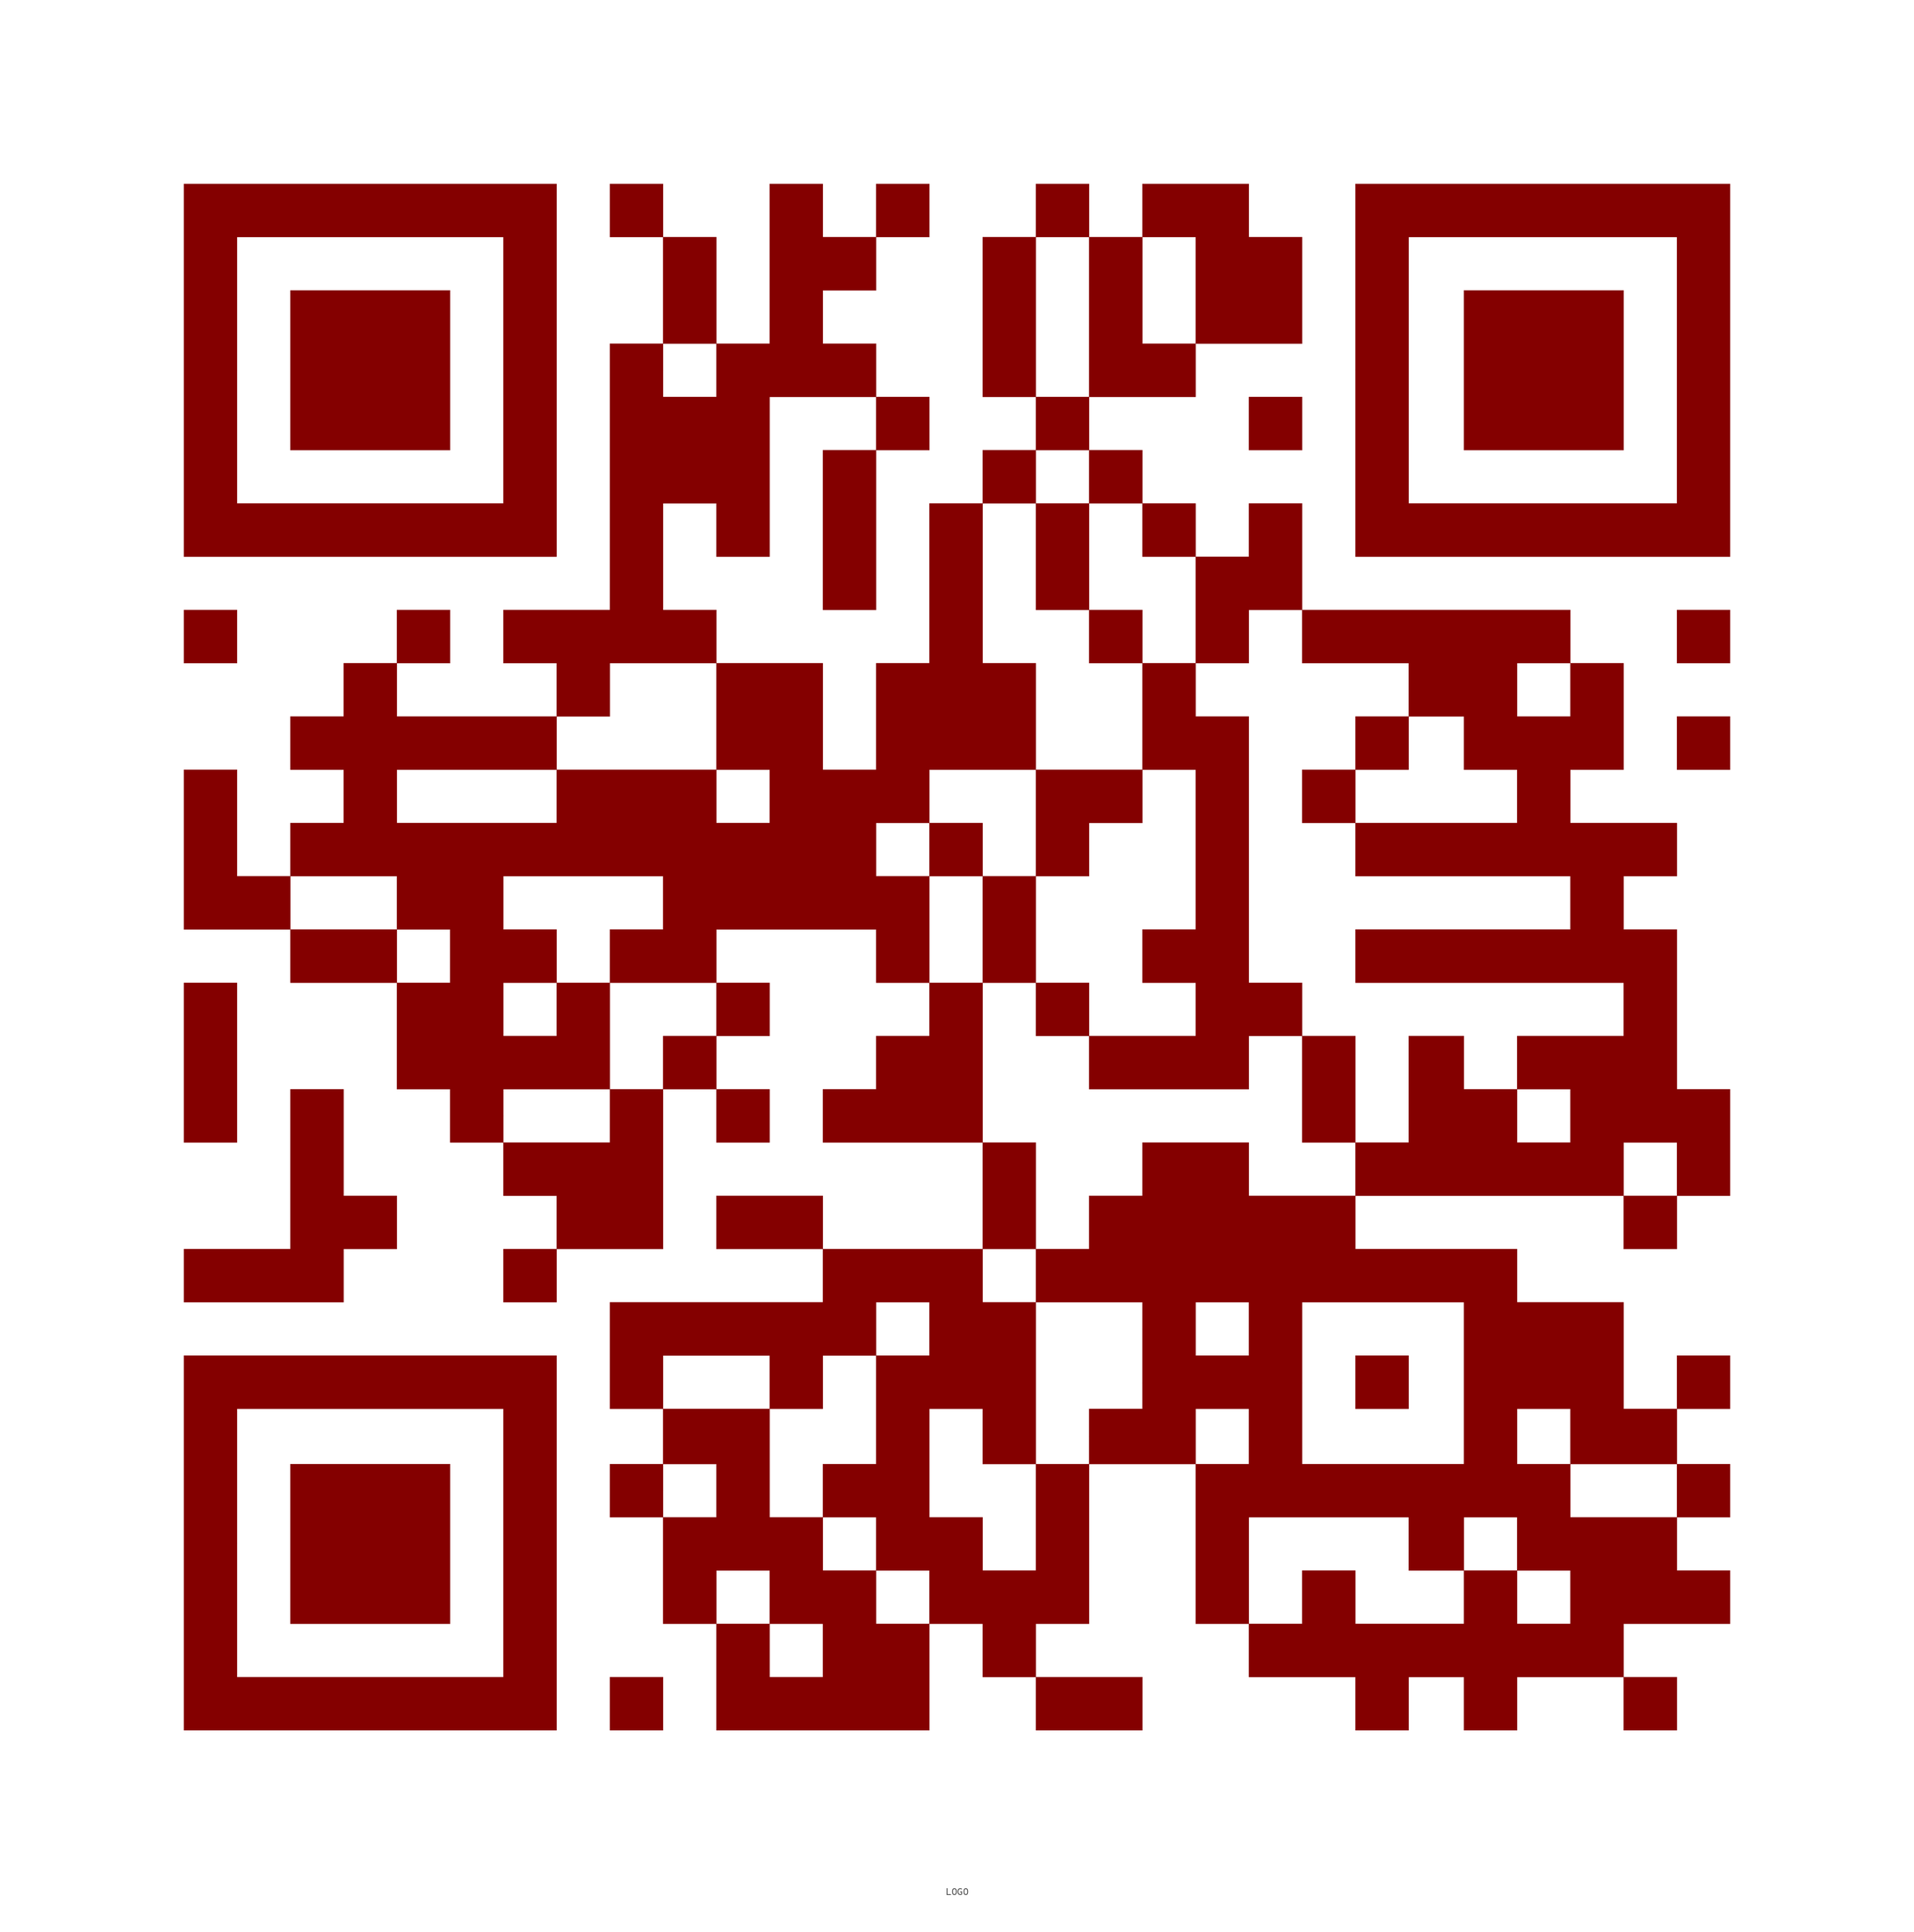
<source format=kicad_sym>
(kicad_symbol_lib
  (version 20220914)
  (generator "bitmap2component")
  (generator_version "9.0")
  (symbol "LOGO"
    (pin_names
      (offset 1.016))
    (property "Reference" "#G"
      (at 0 134.471 0)
      (effects (font (size 1.27 1.27)) hide))
    (symbol "LOGO_0_0"
      (polyline (pts (xy -54.853 -80.253) (xy -54.853 -54.583) (xy -80.388 -54.583) (xy -105.924 -54.583) (xy -105.924 -80.253) (xy -98.628 -80.253) (xy -98.628 -61.879) (xy -80.388 -61.879) (xy -62.149 -61.879) (xy -62.149 -80.253) (xy -62.149 -98.628) (xy -80.388 -98.628) (xy -98.628 -98.628) (xy -98.628 -80.253) (xy -105.924 -80.253) (xy -105.924 -105.923) (xy -80.388 -105.923) (xy -54.853 -105.923) (xy -54.853 -80.253)) (stroke (width 0.01) (type default)) (fill (type outline)))
      (polyline (pts (xy -40.262 -102.275) (xy -40.262 -98.628) (xy -43.91 -98.628) (xy -47.557 -98.628) (xy -47.557 -102.275) (xy -47.557 -105.923) (xy -43.91 -105.923) (xy -40.262 -105.923) (xy -40.262 -102.275)) (stroke (width 0.01) (type default)) (fill (type outline)))
      (polyline (pts (xy -3.783 -98.628) (xy -3.783 -91.332) (xy -0.135 -91.332) (xy 3.513 -91.332) (xy 3.513 -94.98) (xy 3.513 -98.628) (xy 7.161 -98.628) (xy 10.808 -98.628) (xy 10.808 -102.275) (xy 10.808 -105.923) (xy 18.104 -105.923) (xy 25.4 -105.923) (xy 25.4 -102.275) (xy 25.4 -98.628) (xy 18.104 -98.628) (xy 10.808 -98.628) (xy 10.808 -94.98) (xy 10.808 -91.332) (xy 14.456 -91.332) (xy 18.104 -91.332) (xy 18.104 -80.388) (xy 18.104 -69.445) (xy 25.4 -69.445) (xy 32.696 -69.445) (xy 32.696 -80.388) (xy 32.696 -84.036) (xy 39.991 -84.036) (xy 39.991 -76.74) (xy 50.935 -76.74) (xy 61.879 -76.74) (xy 61.879 -80.388) (xy 61.879 -84.036) (xy 65.662 -84.036) (xy 69.445 -84.036) (xy 69.445 -80.388) (xy 69.445 -76.74) (xy 73.093 -76.74) (xy 76.74 -76.74) (xy 76.74 -80.388) (xy 76.74 -84.036) (xy 80.388 -84.036) (xy 84.036 -84.036) (xy 84.036 -87.684) (xy 84.036 -91.332) (xy 80.388 -91.332) (xy 76.74 -91.332) (xy 76.74 -87.684) (xy 76.74 -84.036) (xy 73.093 -84.036) (xy 69.445 -84.036) (xy 69.445 -87.684) (xy 69.445 -91.332) (xy 62.014 -91.332) (xy 54.583 -91.332) (xy 54.583 -87.684) (xy 54.583 -84.036) (xy 50.935 -84.036) (xy 47.287 -84.036) (xy 47.287 -87.684) (xy 47.287 -91.332) (xy 43.639 -91.332) (xy 39.991 -91.332) (xy 39.991 -84.036) (xy 32.696 -84.036) (xy 32.696 -91.332) (xy 36.344 -91.332) (xy 39.991 -91.332) (xy 39.991 -94.98) (xy 39.991 -98.628) (xy 47.287 -98.628) (xy 54.583 -98.628) (xy 54.583 -102.275) (xy 54.583 -105.923) (xy 58.231 -105.923) (xy 61.879 -105.923) (xy 61.879 -102.275) (xy 61.879 -98.628) (xy 65.662 -98.628) (xy 69.445 -98.628) (xy 69.445 -102.275) (xy 69.445 -105.923) (xy 73.093 -105.923) (xy 76.74 -105.923) (xy 76.74 -102.275) (xy 76.74 -98.628) (xy 84.036 -98.628) (xy 91.332 -98.628) (xy 91.332 -102.275) (xy 91.332 -105.923) (xy 94.98 -105.923) (xy 98.628 -105.923) (xy 98.628 -102.275) (xy 98.628 -98.628) (xy 94.98 -98.628) (xy 91.332 -98.628) (xy 91.332 -94.98) (xy 91.332 -91.332) (xy 98.628 -91.332) (xy 105.923 -91.332) (xy 105.923 -87.684) (xy 105.923 -84.036) (xy 102.275 -84.036) (xy 98.628 -84.036) (xy 98.628 -80.388) (xy 98.628 -76.74) (xy 91.332 -76.74) (xy 84.036 -76.74) (xy 84.036 -73.093) (xy 84.036 -69.445) (xy 80.388 -69.445) (xy 76.74 -69.445) (xy 76.74 -65.662) (xy 76.74 -61.879) (xy 80.388 -61.879) (xy 84.036 -61.879) (xy 84.036 -65.662) (xy 84.036 -69.445) (xy 91.332 -69.445) (xy 98.628 -69.445) (xy 98.628 -73.093) (xy 98.628 -76.74) (xy 102.275 -76.74) (xy 105.923 -76.74) (xy 105.923 -73.093) (xy 105.923 -69.445) (xy 102.275 -69.445) (xy 98.628 -69.445) (xy 98.628 -65.662) (xy 98.628 -61.879) (xy 94.98 -61.879) (xy 91.332 -61.879) (xy 91.332 -54.583) (xy 91.332 -47.287) (xy 84.036 -47.287) (xy 76.74 -47.287) (xy 76.74 -43.639) (xy 76.74 -39.991) (xy 65.662 -39.991) (xy 54.583 -39.991) (xy 54.583 -36.344) (xy 54.583 -32.696) (xy 72.957 -32.696) (xy 91.332 -32.696) (xy 91.332 -36.344) (xy 91.332 -39.991) (xy 94.98 -39.991) (xy 98.628 -39.991) (xy 98.628 -36.344) (xy 98.628 -32.696) (xy 94.98 -32.696) (xy 91.332 -32.696) (xy 91.332 -29.048) (xy 91.332 -25.4) (xy 94.98 -25.4) (xy 98.628 -25.4) (xy 98.628 -29.048) (xy 98.628 -32.696) (xy 102.275 -32.696) (xy 105.923 -32.696) (xy 105.923 -25.4) (xy 105.923 -18.104) (xy 102.275 -18.104) (xy 98.628 -18.104) (xy 98.628 -7.161) (xy 98.628 3.783) (xy 94.98 3.783) (xy 91.332 3.783) (xy 91.332 7.431) (xy 91.332 11.079) (xy 94.98 11.079) (xy 98.628 11.079) (xy 98.628 14.727) (xy 98.628 18.375) (xy 91.332 18.375) (xy 84.036 18.375) (xy 84.036 22.022) (xy 84.036 25.67) (xy 87.684 25.67) (xy 91.332 25.67) (xy 91.332 32.966) (xy 91.332 40.262) (xy 87.684 40.262) (xy 84.036 40.262) (xy 84.036 43.91) (xy 84.036 47.557) (xy 65.662 47.557) (xy 47.287 47.557) (xy 47.287 54.853) (xy 47.287 62.149) (xy 43.639 62.149) (xy 39.991 62.149) (xy 39.991 58.501) (xy 39.991 54.853) (xy 36.344 54.853) (xy 32.696 54.853) (xy 32.696 58.501) (xy 32.696 62.149) (xy 29.048 62.149) (xy 25.4 62.149) (xy 25.4 65.797) (xy 25.4 69.445) (xy 21.752 69.445) (xy 18.104 69.445) (xy 18.104 73.093) (xy 18.104 76.74) (xy 14.456 76.74) (xy 10.808 76.74) (xy 10.808 87.684) (xy 10.808 98.628) (xy 14.456 98.628) (xy 18.104 98.628) (xy 18.104 87.684) (xy 18.104 76.74) (xy 25.4 76.74) (xy 32.696 76.74) (xy 32.696 80.388) (xy 32.696 84.036) (xy 29.048 84.036) (xy 25.4 84.036) (xy 25.4 91.332) (xy 25.4 98.628) (xy 29.048 98.628) (xy 32.696 98.628) (xy 32.696 91.332) (xy 32.696 84.036) (xy 39.991 84.036) (xy 47.287 84.036) (xy 47.287 91.332) (xy 47.287 98.628) (xy 43.639 98.628) (xy 39.991 98.628) (xy 39.991 102.276) (xy 39.991 105.924) (xy 32.696 105.924) (xy 25.4 105.924) (xy 25.4 102.276) (xy 25.4 98.628) (xy 21.752 98.628) (xy 18.104 98.628) (xy 18.104 102.276) (xy 18.104 105.924) (xy 14.456 105.924) (xy 10.808 105.924) (xy 10.808 102.276) (xy 10.808 98.628) (xy 7.161 98.628) (xy 3.513 98.628) (xy 3.513 87.684) (xy 3.513 76.74) (xy 7.161 76.74) (xy 10.808 76.74) (xy 10.808 73.093) (xy 10.808 69.445) (xy 7.161 69.445) (xy 3.513 69.445) (xy 3.513 65.797) (xy 3.513 62.149) (xy 7.161 62.149) (xy 10.808 62.149) (xy 10.808 65.797) (xy 10.808 69.445) (xy 14.456 69.445) (xy 18.104 69.445) (xy 18.104 65.797) (xy 18.104 62.149) (xy 21.752 62.149) (xy 25.4 62.149) (xy 25.4 58.501) (xy 25.4 54.853) (xy 29.048 54.853) (xy 32.696 54.853) (xy 32.696 47.557) (xy 32.696 40.262) (xy 36.344 40.262) (xy 39.991 40.262) (xy 39.991 43.91) (xy 39.991 47.557) (xy 43.639 47.557) (xy 47.287 47.557) (xy 47.287 43.91) (xy 47.287 40.262) (xy 54.583 40.262) (xy 61.879 40.262) (xy 61.879 36.614) (xy 76.74 36.614) (xy 76.74 40.262) (xy 80.388 40.262) (xy 84.036 40.262) (xy 84.036 36.614) (xy 84.036 32.966) (xy 80.388 32.966) (xy 76.74 32.966) (xy 76.74 36.614) (xy 61.879 36.614) (xy 61.879 32.966) (xy 65.662 32.966) (xy 69.445 32.966) (xy 69.445 29.318) (xy 69.445 25.67) (xy 73.093 25.67) (xy 76.74 25.67) (xy 76.74 22.022) (xy 76.74 18.375) (xy 65.662 18.375) (xy 54.583 18.375) (xy 54.583 14.727) (xy 54.583 11.079) (xy 69.309 11.079) (xy 84.036 11.079) (xy 84.036 7.431) (xy 84.036 3.783) (xy 69.309 3.783) (xy 54.583 3.783) (xy 54.583 0.135) (xy 54.583 -3.513) (xy 72.957 -3.513) (xy 91.332 -3.513) (xy 91.332 -7.161) (xy 91.332 -10.808) (xy 84.036 -10.808) (xy 76.74 -10.808) (xy 76.74 -14.456) (xy 76.74 -18.104) (xy 80.388 -18.104) (xy 84.036 -18.104) (xy 84.036 -21.752) (xy 84.036 -25.4) (xy 80.388 -25.4) (xy 76.74 -25.4) (xy 76.74 -21.752) (xy 76.74 -18.104) (xy 73.093 -18.104) (xy 69.445 -18.104) (xy 69.445 -14.456) (xy 69.445 -10.808) (xy 65.662 -10.808) (xy 61.879 -10.808) (xy 61.879 -18.104) (xy 61.879 -25.4) (xy 58.231 -25.4) (xy 54.583 -25.4) (xy 54.583 -29.048) (xy 54.583 -32.696) (xy 47.287 -32.696) (xy 39.991 -32.696) (xy 39.991 -29.048) (xy 39.991 -25.4) (xy 32.696 -25.4) (xy 25.4 -25.4) (xy 25.4 -29.048) (xy 25.4 -32.696) (xy 21.752 -32.696) (xy 18.104 -32.696) (xy 18.104 -36.344) (xy 18.104 -39.991) (xy 14.456 -39.991) (xy 10.808 -39.991) (xy 10.808 -32.696) (xy 10.808 -25.4) (xy 7.161 -25.4) (xy 3.513 -25.4) (xy 3.513 -14.456) (xy 3.513 -3.513) (xy -0.135 -3.513) (xy -3.783 -3.513) (xy -3.783 3.783) (xy -3.783 11.079) (xy -7.431 11.079) (xy -11.079 11.079) (xy -11.079 14.727) (xy -11.079 18.375) (xy -7.431 18.375) (xy -3.783 18.375) (xy -3.783 22.022) (xy -3.783 25.67) (xy 3.513 25.67) (xy 10.808 25.67) (xy 10.808 32.966) (xy 10.808 40.262) (xy 7.161 40.262) (xy 3.513 40.262) (xy 3.513 51.205) (xy 3.513 62.149) (xy -0.135 62.149) (xy -3.783 62.149) (xy -3.783 51.205) (xy -3.783 40.262) (xy -7.431 40.262) (xy -11.079 40.262) (xy -11.079 32.966) (xy -11.079 25.67) (xy -14.727 25.67) (xy -18.375 25.67) (xy -18.375 32.966) (xy -18.375 40.262) (xy -25.67 40.262) (xy -32.966 40.262) (xy -32.966 43.91) (xy -32.966 47.557) (xy -36.614 47.557) (xy -40.262 47.557) (xy -40.262 54.853) (xy -40.262 62.149) (xy -36.614 62.149) (xy -32.966 62.149) (xy -32.966 58.501) (xy -32.966 54.853) (xy -29.318 54.853) (xy -25.67 54.853) (xy -25.67 65.797) (xy -25.67 76.74) (xy -18.375 76.74) (xy -11.079 76.74) (xy -11.079 73.093) (xy -11.079 69.445) (xy -7.431 69.445) (xy -3.783 69.445) (xy -3.783 73.093) (xy -3.783 76.74) (xy -7.431 76.74) (xy -11.079 76.74) (xy -11.079 80.388) (xy -11.079 84.036) (xy -14.727 84.036) (xy -18.375 84.036) (xy -18.375 87.684) (xy -18.375 91.332) (xy -14.727 91.332) (xy -11.079 91.332) (xy -11.079 94.98) (xy -11.079 98.628) (xy -14.727 98.628) (xy -18.375 98.628) (xy -18.375 102.276) (xy -18.375 105.924) (xy -22.022 105.924) (xy -25.67 105.924) (xy -25.67 94.98) (xy -25.67 84.036) (xy -29.318 84.036) (xy -32.966 84.036) (xy -32.966 91.332) (xy -32.966 98.628) (xy -36.614 98.628) (xy -40.262 98.628) (xy -40.262 102.276) (xy -40.262 105.924) (xy -43.91 105.924) (xy -47.557 105.924) (xy -47.557 102.276) (xy -47.557 98.628) (xy -43.91 98.628) (xy -40.262 98.628) (xy -40.262 91.332) (xy -40.262 84.036) (xy -43.91 84.036) (xy -47.557 84.036) (xy -47.557 80.388) (xy -40.262 80.388) (xy -40.262 84.036) (xy -36.614 84.036) (xy -32.966 84.036) (xy -32.966 80.388) (xy -32.966 76.74) (xy -36.614 76.74) (xy -40.262 76.74) (xy -40.262 80.388) (xy -47.557 80.388) (xy -47.557 65.797) (xy -47.557 47.557) (xy -54.853 47.557) (xy -62.149 47.557) (xy -62.149 43.91) (xy -62.149 40.262) (xy -58.501 40.262) (xy -54.853 40.262) (xy -54.853 36.614) (xy -54.853 32.966) (xy -51.205 32.966) (xy -47.557 32.966) (xy -47.557 36.614) (xy -47.557 40.262) (xy -40.262 40.262) (xy -32.966 40.262) (xy -32.966 32.966) (xy -32.966 25.67) (xy -29.318 25.67) (xy -25.67 25.67) (xy -25.67 22.022) (xy -25.67 18.375) (xy -29.318 18.375) (xy -32.966 18.375) (xy -32.966 22.022) (xy -32.966 25.67) (xy -43.91 25.67) (xy -54.853 25.67) (xy -54.853 22.022) (xy -54.853 18.375) (xy -65.797 18.375) (xy -76.74 18.375) (xy -76.74 22.022) (xy -76.74 25.67) (xy -65.797 25.67) (xy -54.853 25.67) (xy -54.853 29.318) (xy -54.853 32.966) (xy -65.797 32.966) (xy -76.74 32.966) (xy -76.74 36.614) (xy -76.74 40.262) (xy -80.388 40.262) (xy -84.036 40.262) (xy -84.036 36.614) (xy -84.036 32.966) (xy -87.684 32.966) (xy -91.332 32.966) (xy -91.332 29.318) (xy -91.332 25.67) (xy -87.684 25.67) (xy -84.036 25.67) (xy -84.036 22.022) (xy -84.036 18.375) (xy -87.684 18.375) (xy -91.332 18.375) (xy -91.332 14.727) (xy -91.332 11.079) (xy -94.98 11.079) (xy -98.628 11.079) (xy -98.628 18.375) (xy -98.628 25.67) (xy -102.276 25.67) (xy -105.924 25.67) (xy -105.924 14.727) (xy -105.924 3.783) (xy -98.628 3.783) (xy -91.332 3.783) (xy -91.332 7.431) (xy -91.332 11.079) (xy -84.036 11.079) (xy -76.74 11.079) (xy -76.74 7.431) (xy -76.74 3.783) (xy -73.093 3.783) (xy -69.445 3.783) (xy -69.445 0.135) (xy -69.445 -3.513) (xy -73.093 -3.513) (xy -76.74 -3.513) (xy -76.74 0.135) (xy -76.74 3.783) (xy -84.036 3.783) (xy -91.332 3.783) (xy -91.332 0.135) (xy -91.332 -3.513) (xy -84.036 -3.513) (xy -76.74 -3.513) (xy -76.74 -10.808) (xy -76.74 -18.104) (xy -73.093 -18.104) (xy -69.445 -18.104) (xy -69.445 -21.752) (xy -62.149 -21.752) (xy -62.149 -18.104) (xy -54.853 -18.104) (xy -47.557 -18.104) (xy -47.557 -21.752) (xy -47.557 -25.4) (xy -54.853 -25.4) (xy -62.149 -25.4) (xy -62.149 -21.752) (xy -69.445 -21.752) (xy -69.445 -25.4) (xy -65.797 -25.4) (xy -62.149 -25.4) (xy -62.149 -29.048) (xy -62.149 -32.696) (xy -58.501 -32.696) (xy -54.853 -32.696) (xy -54.853 -36.344) (xy -54.853 -39.991) (xy -47.557 -39.991) (xy -40.262 -39.991) (xy -40.262 -29.048) (xy -40.262 -18.104) (xy -36.614 -18.104) (xy -32.966 -18.104) (xy -32.966 -21.752) (xy -32.966 -25.4) (xy -29.318 -25.4) (xy -25.67 -25.4) (xy -25.67 -21.752) (xy -25.67 -18.104) (xy -29.318 -18.104) (xy -32.966 -18.104) (xy -32.966 -14.456) (xy -32.966 -10.808) (xy -36.614 -10.808) (xy -40.262 -10.808) (xy -40.262 -14.456) (xy -40.262 -18.104) (xy -43.91 -18.104) (xy -47.557 -18.104) (xy -47.557 -10.808) (xy -47.557 -3.513) (xy -51.205 -3.513) (xy -54.853 -3.513) (xy -54.853 -7.161) (xy -54.853 -10.808) (xy -58.501 -10.808) (xy -62.149 -10.808) (xy -62.149 -7.161) (xy -62.149 -3.513) (xy -58.501 -3.513) (xy -54.853 -3.513) (xy -54.853 0.135) (xy -54.853 3.783) (xy -58.501 3.783) (xy -62.149 3.783) (xy -62.149 7.431) (xy -62.149 11.079) (xy -51.205 11.079) (xy -40.262 11.079) (xy -40.262 7.431) (xy -40.262 3.783) (xy -43.91 3.783) (xy -47.557 3.783) (xy -47.557 0.135) (xy -47.557 -3.513) (xy -40.262 -3.513) (xy -32.966 -3.513) (xy -32.966 -7.161) (xy -32.966 -10.808) (xy -29.318 -10.808) (xy -25.67 -10.808) (xy -25.67 -7.161) (xy -25.67 -3.513) (xy -29.318 -3.513) (xy -32.966 -3.513) (xy -32.966 0.135) (xy -32.966 3.783) (xy -22.022 3.783) (xy -11.079 3.783) (xy -11.079 0.135) (xy -11.079 -3.513) (xy -7.431 -3.513) (xy -3.783 -3.513) (xy -3.783 -7.161) (xy -3.783 -10.808) (xy -7.431 -10.808) (xy -11.079 -10.808) (xy -11.079 -14.456) (xy -11.079 -18.104) (xy -14.727 -18.104) (xy -18.375 -18.104) (xy -18.375 -21.752) (xy -18.375 -25.4) (xy -7.431 -25.4) (xy 3.513 -25.4) (xy 3.513 -32.696) (xy 3.513 -39.991) (xy -7.431 -39.991) (xy -18.375 -39.991) (xy -18.375 -36.344) (xy -18.375 -32.696) (xy -25.67 -32.696) (xy -32.966 -32.696) (xy -32.966 -36.344) (xy -32.966 -39.991) (xy -25.67 -39.991) (xy -18.375 -39.991) (xy -18.375 -43.639) (xy -18.375 -47.287) (xy -32.966 -47.287) (xy -47.557 -47.287) (xy -47.557 -50.935) (xy -11.079 -50.935) (xy -11.079 -47.287) (xy -7.431 -47.287) (xy -3.783 -47.287) (xy 3.513 -47.287) (xy 3.513 -43.639) (xy 3.513 -39.991) (xy 7.161 -39.991) (xy 10.808 -39.991) (xy 10.808 -43.639) (xy 10.808 -47.287) (xy 18.104 -47.287) (xy 25.4 -47.287) (xy 25.4 -50.935) (xy 32.696 -50.935) (xy 32.696 -47.287) (xy 36.344 -47.287) (xy 39.991 -47.287) (xy 39.991 -50.935) (xy 39.991 -54.583) (xy 36.344 -54.583) (xy 32.696 -54.583) (xy 32.696 -50.935) (xy 25.4 -50.935) (xy 25.4 -54.583) (xy 25.4 -58.366) (xy 47.287 -58.366) (xy 47.287 -47.287) (xy 58.366 -47.287) (xy 69.445 -47.287) (xy 69.445 -58.366) (xy 69.445 -69.445) (xy 58.366 -69.445) (xy 47.287 -69.445) (xy 47.287 -58.366) (xy 25.4 -58.366) (xy 25.4 -61.879) (xy 21.752 -61.879) (xy 18.104 -61.879) (xy 18.104 -65.662) (xy 32.696 -65.662) (xy 32.696 -61.879) (xy 36.344 -61.879) (xy 39.991 -61.879) (xy 39.991 -65.662) (xy 39.991 -69.445) (xy 36.344 -69.445) (xy 32.696 -69.445) (xy 32.696 -65.662) (xy 18.104 -65.662) (xy 18.104 -69.445) (xy 14.456 -69.445) (xy 10.808 -69.445) (xy 10.808 -58.366) (xy 10.808 -47.287) (xy 7.161 -47.287) (xy 3.513 -47.287) (xy -3.783 -47.287) (xy -3.783 -50.935) (xy -3.783 -54.583) (xy -7.431 -54.583) (xy -11.079 -54.583) (xy -11.079 -50.935) (xy -47.557 -50.935) (xy -47.557 -54.583) (xy -47.557 -61.879) (xy -43.91 -61.879) (xy -40.262 -61.879) (xy -40.262 -58.231) (xy -40.262 -54.583) (xy -32.966 -54.583) (xy -25.67 -54.583) (xy -25.67 -58.231) (xy -25.67 -61.879) (xy -22.022 -61.879) (xy -18.375 -61.879) (xy -18.375 -58.231) (xy -18.375 -54.583) (xy -14.727 -54.583) (xy -11.079 -54.583) (xy -11.079 -62.014) (xy -11.079 -69.445) (xy -14.727 -69.445) (xy -18.375 -69.445) (xy -18.375 -73.093) (xy -18.375 -76.74) (xy -14.727 -76.74) (xy -11.079 -76.74) (xy -3.783 -76.74) (xy -3.783 -69.309) (xy -3.783 -61.879) (xy -0.135 -61.879) (xy 3.513 -61.879) (xy 3.513 -65.662) (xy 3.513 -69.445) (xy 7.161 -69.445) (xy 10.808 -69.445) (xy 10.808 -76.74) (xy 10.808 -84.036) (xy 7.161 -84.036) (xy 3.513 -84.036) (xy 3.513 -80.388) (xy 3.513 -76.74) (xy -0.135 -76.74) (xy -3.783 -76.74) (xy -11.079 -76.74) (xy -11.079 -80.388) (xy -11.079 -84.036) (xy -7.431 -84.036) (xy -3.783 -84.036) (xy -3.783 -87.684) (xy -3.783 -91.332) (xy -7.431 -91.332) (xy -11.079 -91.332) (xy -11.079 -87.684) (xy -11.079 -84.036) (xy -14.727 -84.036) (xy -18.375 -84.036) (xy -18.375 -80.388) (xy -18.375 -76.74) (xy -22.022 -76.74) (xy -25.67 -76.74) (xy -25.67 -69.309) (xy -25.67 -61.879) (xy -32.966 -61.879) (xy -40.262 -61.879) (xy -40.262 -65.662) (xy -40.262 -69.445) (xy -43.91 -69.445) (xy -47.557 -69.445) (xy -47.557 -73.093) (xy -40.262 -73.093) (xy -40.262 -69.445) (xy -36.614 -69.445) (xy -32.966 -69.445) (xy -32.966 -73.093) (xy -32.966 -76.74) (xy -36.614 -76.74) (xy -40.262 -76.74) (xy -40.262 -73.093) (xy -47.557 -73.093) (xy -47.557 -76.74) (xy -43.91 -76.74) (xy -40.262 -76.74) (xy -40.262 -84.036) (xy -40.262 -91.332) (xy -36.614 -91.332) (xy -32.966 -91.332) (xy -32.966 -87.684) (xy -32.966 -84.036) (xy -29.318 -84.036) (xy -25.67 -84.036) (xy -25.67 -87.684) (xy -25.67 -91.332) (xy -22.022 -91.332) (xy -18.375 -91.332) (xy -18.375 -94.98) (xy -18.375 -98.628) (xy -22.022 -98.628) (xy -25.67 -98.628) (xy -25.67 -94.98) (xy -25.67 -91.332) (xy -29.318 -91.332) (xy -32.966 -91.332) (xy -32.966 -98.628) (xy -32.966 -105.923) (xy -18.375 -105.923) (xy -3.783 -105.923) (xy -3.783 -98.628)) (stroke (width 0.01) (type default)) (fill (type outline)))
      (polyline (pts (xy -3.783 102.276) (xy -3.783 105.924) (xy -7.431 105.924) (xy -11.079 105.924) (xy -11.079 102.276) (xy -11.079 98.628) (xy -7.431 98.628) (xy -3.783 98.628) (xy -3.783 102.276)) (stroke (width 0.01) (type default)) (fill (type outline)))
      (polyline (pts (xy -11.079 58.501) (xy -11.079 69.445) (xy -14.727 69.445) (xy -18.375 69.445) (xy -18.375 58.501) (xy -18.375 47.557) (xy -14.727 47.557) (xy -11.079 47.557) (xy -11.079 58.501)) (stroke (width 0.01) (type default)) (fill (type outline)))
      (polyline (pts (xy -69.445 43.91) (xy -69.445 47.557) (xy -73.093 47.557) (xy -76.74 47.557) (xy -76.74 43.91) (xy -76.74 40.262) (xy -73.093 40.262) (xy -69.445 40.262) (xy -69.445 43.91)) (stroke (width 0.01) (type default)) (fill (type outline)))
      (polyline (pts (xy -54.853 -43.639) (xy -54.853 -39.991) (xy -58.501 -39.991) (xy -62.149 -39.991) (xy -62.149 -43.639) (xy -62.149 -47.287) (xy -58.501 -47.287) (xy -54.853 -47.287) (xy -54.853 -43.639)) (stroke (width 0.01) (type default)) (fill (type outline)))
      (polyline (pts (xy 105.923 -58.231) (xy 105.923 -54.583) (xy 102.275 -54.583) (xy 98.628 -54.583) (xy 98.628 -58.231) (xy 98.628 -61.879) (xy 102.275 -61.879) (xy 105.923 -61.879) (xy 105.923 -58.231)) (stroke (width 0.01) (type default)) (fill (type outline)))
      (polyline (pts (xy -84.036 -43.639) (xy -84.036 -39.991) (xy -80.388 -39.991) (xy -76.74 -39.991) (xy -76.74 -36.344) (xy -76.74 -32.696) (xy -80.388 -32.696) (xy -84.036 -32.696) (xy -84.036 -25.4) (xy -84.036 -18.104) (xy -87.684 -18.104) (xy -91.332 -18.104) (xy -91.332 -29.048) (xy -91.332 -39.991) (xy -98.628 -39.991) (xy -105.924 -39.991) (xy -105.924 -43.639) (xy -105.924 -47.287) (xy -94.98 -47.287) (xy -84.036 -47.287) (xy -84.036 -43.639)) (stroke (width 0.01) (type default)) (fill (type outline)))
      (polyline (pts (xy -98.628 -14.456) (xy -98.628 -3.513) (xy -102.276 -3.513) (xy -105.924 -3.513) (xy -105.924 -14.456) (xy -105.924 -25.4) (xy -102.276 -25.4) (xy -98.628 -25.4) (xy -98.628 -14.456)) (stroke (width 0.01) (type default)) (fill (type outline)))
      (polyline (pts (xy 105.923 29.318) (xy 105.923 32.966) (xy 102.275 32.966) (xy 98.628 32.966) (xy 98.628 29.318) (xy 98.628 25.67) (xy 102.275 25.67) (xy 105.923 25.67) (xy 105.923 29.318)) (stroke (width 0.01) (type default)) (fill (type outline)))
      (polyline (pts (xy -98.628 43.91) (xy -98.628 47.557) (xy -102.276 47.557) (xy -105.924 47.557) (xy -105.924 43.91) (xy -105.924 40.262) (xy -102.276 40.262) (xy -98.628 40.262) (xy -98.628 43.91)) (stroke (width 0.01) (type default)) (fill (type outline)))
      (polyline (pts (xy 105.923 43.91) (xy 105.923 47.557) (xy 102.275 47.557) (xy 98.628 47.557) (xy 98.628 43.91) (xy 98.628 40.262) (xy 102.275 40.262) (xy 105.923 40.262) (xy 105.923 43.91)) (stroke (width 0.01) (type default)) (fill (type outline)))
      (polyline (pts (xy -54.853 80.388) (xy -54.853 105.924) (xy -80.388 105.924) (xy -105.924 105.924) (xy -105.924 80.388) (xy -98.628 80.388) (xy -98.628 98.628) (xy -80.388 98.628) (xy -62.149 98.628) (xy -62.149 80.388) (xy -62.149 62.149) (xy -80.388 62.149) (xy -98.628 62.149) (xy -98.628 80.388) (xy -105.924 80.388) (xy -105.924 54.853) (xy -80.388 54.853) (xy -54.853 54.853) (xy -54.853 80.388)) (stroke (width 0.01) (type default)) (fill (type outline)))
      (polyline (pts (xy 105.923 80.388) (xy 105.923 105.924) (xy 80.253 105.924) (xy 54.583 105.924) (xy 54.583 80.388) (xy 61.879 80.388) (xy 61.879 98.628) (xy 80.253 98.628) (xy 98.628 98.628) (xy 98.628 80.388) (xy 98.628 62.149) (xy 80.253 62.149) (xy 61.879 62.149) (xy 61.879 80.388) (xy 54.583 80.388) (xy 54.583 54.853) (xy 80.253 54.853) (xy 105.923 54.853) (xy 105.923 80.388)) (stroke (width 0.01) (type default)) (fill (type outline)))
      (polyline (pts (xy 47.287 73.093) (xy 47.287 76.74) (xy 43.639 76.74) (xy 39.991 76.74) (xy 39.991 73.093) (xy 39.991 69.445) (xy 43.639 69.445) (xy 47.287 69.445) (xy 47.287 73.093)) (stroke (width 0.01) (type default)) (fill (type outline)))
      (polyline (pts (xy -69.445 -80.388) (xy -69.445 -69.445) (xy -80.388 -69.445) (xy -91.332 -69.445) (xy -91.332 -80.388) (xy -91.332 -91.332) (xy -80.388 -91.332) (xy -69.445 -91.332) (xy -69.445 -80.388)) (stroke (width 0.01) (type default)) (fill (type outline)))
      (polyline (pts (xy 54.583 -18.104) (xy 54.583 -10.808) (xy 50.935 -10.808) (xy 47.287 -10.808) (xy 47.287 -7.161) (xy 47.287 -3.513) (xy 43.639 -3.513) (xy 39.991 -3.513) (xy 39.991 14.727) (xy 39.991 32.966) (xy 36.344 32.966) (xy 32.696 32.966) (xy 32.696 36.614) (xy 32.696 40.262) (xy 29.048 40.262) (xy 25.4 40.262) (xy 25.4 43.91) (xy 25.4 47.557) (xy 21.752 47.557) (xy 18.104 47.557) (xy 18.104 54.853) (xy 18.104 62.149) (xy 14.456 62.149) (xy 10.808 62.149) (xy 10.808 54.853) (xy 10.808 47.557) (xy 14.456 47.557) (xy 18.104 47.557) (xy 18.104 43.91) (xy 18.104 40.262) (xy 21.752 40.262) (xy 25.4 40.262) (xy 25.4 32.966) (xy 25.4 25.67) (xy 18.104 25.67) (xy 10.808 25.67) (xy 10.808 18.375) (xy 10.808 11.079) (xy 14.456 11.079) (xy 18.104 11.079) (xy 18.104 14.727) (xy 18.104 18.375) (xy 21.752 18.375) (xy 25.4 18.375) (xy 25.4 22.022) (xy 25.4 25.67) (xy 29.048 25.67) (xy 32.696 25.67) (xy 32.696 14.727) (xy 32.696 3.783) (xy 29.048 3.783) (xy 25.4 3.783) (xy 25.4 0.135) (xy 25.4 -3.513) (xy 29.048 -3.513) (xy 32.696 -3.513) (xy 32.696 -7.161) (xy 32.696 -10.808) (xy 25.4 -10.808) (xy 18.104 -10.808) (xy 18.104 -7.161) (xy 18.104 -3.513) (xy 14.456 -3.513) (xy 10.808 -3.513) (xy 10.808 3.783) (xy 10.808 11.079) (xy 7.161 11.079) (xy 3.513 11.079) (xy 3.513 14.727) (xy 3.513 18.375) (xy -0.135 18.375) (xy -3.783 18.375) (xy -3.783 14.727) (xy -3.783 11.079) (xy -0.135 11.079) (xy 3.513 11.079) (xy 3.513 3.783) (xy 3.513 -3.513) (xy 7.161 -3.513) (xy 10.808 -3.513) (xy 10.808 -7.161) (xy 10.808 -10.808) (xy 14.456 -10.808) (xy 18.104 -10.808) (xy 18.104 -14.456) (xy 18.104 -18.104) (xy 29.048 -18.104) (xy 39.991 -18.104) (xy 39.991 -14.456) (xy 39.991 -10.808) (xy 43.639 -10.808) (xy 47.287 -10.808) (xy 47.287 -18.104) (xy 47.287 -25.4) (xy 50.935 -25.4) (xy 54.583 -25.4) (xy 54.583 -18.104)) (stroke (width 0.01) (type default)) (fill (type outline)))
      (polyline (pts (xy 61.879 29.318) (xy 61.879 32.966) (xy 58.231 32.966) (xy 54.583 32.966) (xy 54.583 29.318) (xy 54.583 25.67) (xy 58.231 25.67) (xy 61.879 25.67) (xy 61.879 29.318)) (stroke (width 0.01) (type default)) (fill (type outline)))
      (polyline (pts (xy 54.583 22.022) (xy 54.583 25.67) (xy 50.935 25.67) (xy 47.287 25.67) (xy 47.287 22.022) (xy 47.287 18.375) (xy 50.935 18.375) (xy 54.583 18.375) (xy 54.583 22.022)) (stroke (width 0.01) (type default)) (fill (type outline)))
      (polyline (pts (xy 61.879 -58.231) (xy 61.879 -54.583) (xy 58.231 -54.583) (xy 54.583 -54.583) (xy 54.583 -58.231) (xy 54.583 -61.879) (xy 58.231 -61.879) (xy 61.879 -61.879) (xy 61.879 -58.231)) (stroke (width 0.01) (type default)) (fill (type outline)))
      (polyline (pts (xy -69.445 80.388) (xy -69.445 91.332) (xy -80.388 91.332) (xy -91.332 91.332) (xy -91.332 80.388) (xy -91.332 69.445) (xy -80.388 69.445) (xy -69.445 69.445) (xy -69.445 80.388)) (stroke (width 0.01) (type default)) (fill (type outline)))
      (polyline (pts (xy 91.332 80.388) (xy 91.332 91.332) (xy 80.388 91.332) (xy 69.445 91.332) (xy 69.445 80.388) (xy 69.445 69.445) (xy 80.388 69.445) (xy 91.332 69.445) (xy 91.332 80.388)) (stroke (width 0.01) (type default)) (fill (type outline))))))
</source>
